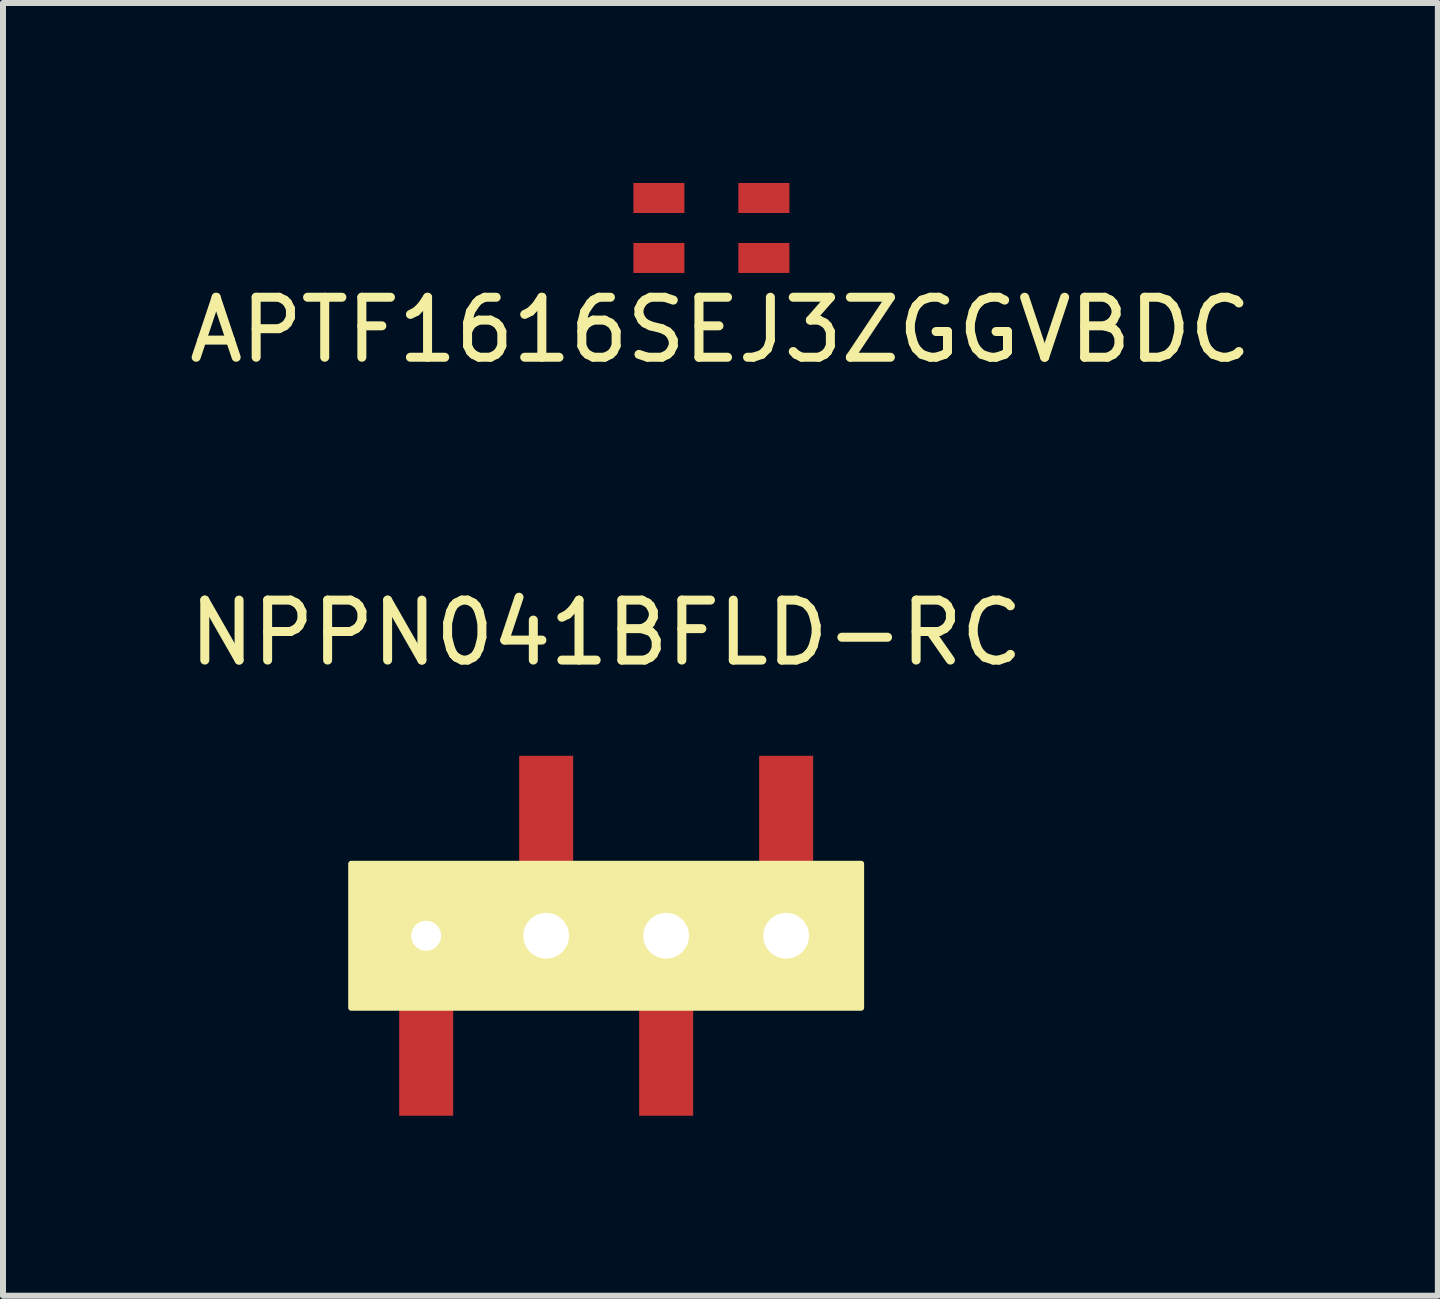
<source format=kicad_pcb>
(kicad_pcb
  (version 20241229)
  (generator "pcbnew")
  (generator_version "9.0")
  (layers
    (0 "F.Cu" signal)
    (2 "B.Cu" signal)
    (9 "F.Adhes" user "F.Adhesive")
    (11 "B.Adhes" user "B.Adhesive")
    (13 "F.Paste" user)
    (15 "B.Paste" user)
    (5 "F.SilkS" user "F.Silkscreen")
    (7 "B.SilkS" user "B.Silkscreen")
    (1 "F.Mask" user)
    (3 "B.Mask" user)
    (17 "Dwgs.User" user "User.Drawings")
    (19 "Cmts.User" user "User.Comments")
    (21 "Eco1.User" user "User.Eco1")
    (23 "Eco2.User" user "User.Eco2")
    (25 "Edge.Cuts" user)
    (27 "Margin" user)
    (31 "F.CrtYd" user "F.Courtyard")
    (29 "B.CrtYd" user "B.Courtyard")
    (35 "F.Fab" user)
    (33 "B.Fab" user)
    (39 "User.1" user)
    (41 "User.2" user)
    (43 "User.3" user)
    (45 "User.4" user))
  (footprint "NPPN041BFLD-RC"
    (layer "F.Cu")
    (at 7.054 6.548)
    (property "Reference" "NPPN041BFLD-RC" (at 0 0.95 0) (layer "F.SilkS") (effects (font (size 1 1) (thickness 0.15))))
    (attr through_hole)
    (fp_poly (pts (xy -4.25 4.8) (xy -4.25 7.2) (xy 4.25 7.2) (xy 4.25 4.8) (xy -4.2 4.8)) (stroke (width 0.1) (type solid)) (fill yes) (layer "F.SilkS"))
    (pad "" np_thru_hole circle (at -3 6) (size 1.542 1.542) (drill 0.5) (layers "*.Cu" "*.Mask"))
    (pad "" np_thru_hole circle (at -1 6) (size 1.542 1.542) (drill 0.762) (layers "*.Cu" "*.Mask"))
    (pad "" np_thru_hole circle (at 1 6) (size 1.542 1.542) (drill 0.762) (layers "*.Cu" "*.Mask"))
    (pad "" np_thru_hole circle (at 3 6) (size 1.542 1.542) (drill 0.762) (layers "*.Cu" "*.Mask"))
    (pad "1" smd rect (at -3 8) (size 0.9 2) (layers "F.Cu" "F.Mask" "F.Paste"))
    (pad "2" smd rect (at -1 4) (size 0.9 2) (layers "F.Cu" "F.Mask" "F.Paste"))
    (pad "3" smd rect (at 1 8) (size 0.9 2) (layers "F.Cu" "F.Mask" "F.Paste"))
    (pad "4" smd rect (at 3 4) (size 0.9 2) (layers "F.Cu" "F.Mask" "F.Paste")))
  (footprint "APTF1616SEJ3ZGGVBDC"
    (layer "F.Cu")
    (at 8.808 0.75)
    (property "Reference" "APTF1616SEJ3ZGGVBDC" (at 0.15 1.7 0) (layer "F.SilkS") (effects (font (size 1 1) (thickness 0.15))))
    (attr through_hole)
    (pad "1" smd rect (at 0.875 -0.5) (size 0.85 0.5) (layers "F.Cu" "F.Mask" "F.Paste"))
    (pad "2" smd rect (at -0.875 -0.5) (size 0.85 0.5) (layers "F.Cu" "F.Mask" "F.Paste"))
    (pad "3" smd rect (at -0.875 0.5) (size 0.85 0.5) (layers "F.Cu" "F.Mask" "F.Paste"))
    (pad "4" smd rect (at 0.875 0.5) (size 0.85 0.5) (layers "F.Cu" "F.Mask" "F.Paste")))
  (gr_rect
    (start -3 -3)
    (end 20.917 18.548)
    (stroke (width 0.1) (type default))
    (fill no)
    (layer "Edge.Cuts")))
</source>
